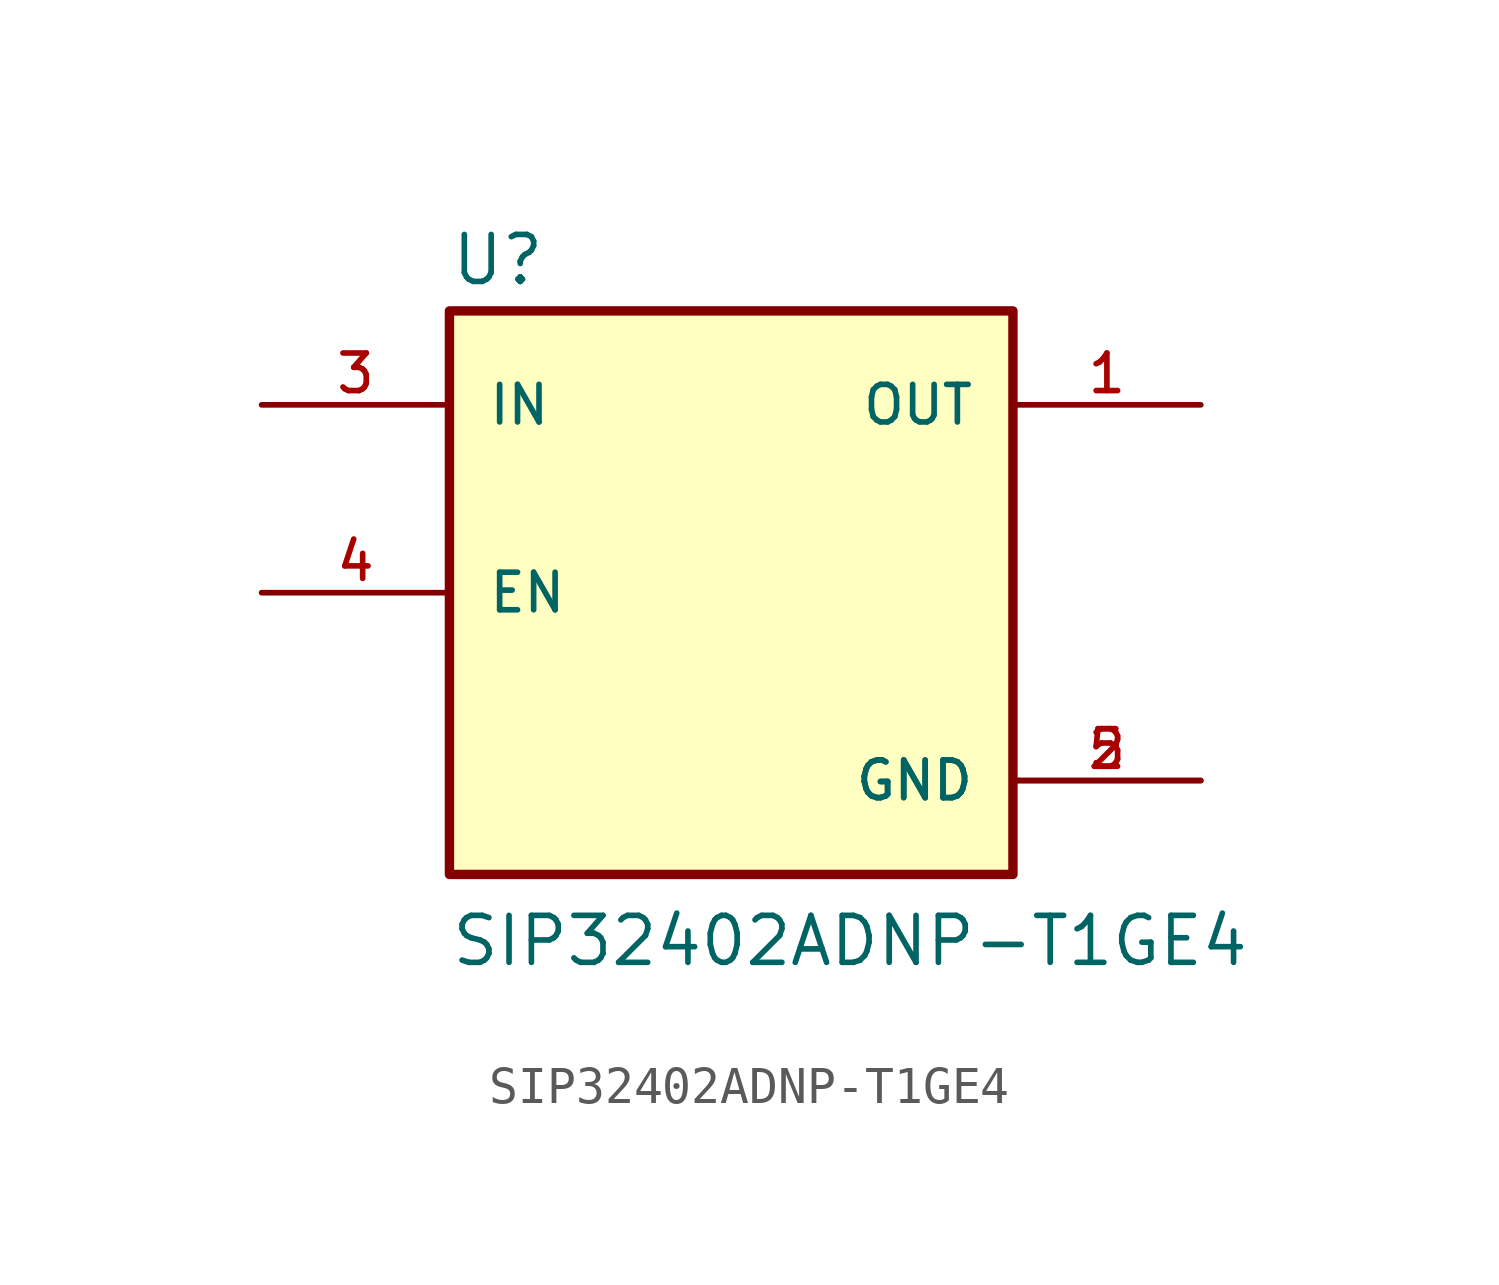
<source format=kicad_sym>
(kicad_symbol_lib
  (version 20211014)
  (generator kicad_symbol_editor)
  (symbol "SIP32402ADNP-T1GE4"
    (pin_names
      (offset 1.016))
    (property "Reference" "U"
      (at -7.62 8.255 0)
      (effects (font (size 1.27 1.27)) (justify bottom left)))
    (property "Value" "SIP32402ADNP-T1GE4"
      (at -7.62 -10.16 0)
      (effects (font (size 1.27 1.27)) (justify bottom left)))
    (symbol "SIP32402ADNP-T1GE4_0_0"
      (rectangle (start -7.62 -7.62) (end 7.62 7.62) (stroke (width 0.254)) (fill (type background)))
      (pin input line (at -12.7 5.08 0) (length 5.08) (name "IN" (effects (font (size 1.016 1.016)))) (number "3" (effects (font (size 1.016 1.016)))))
      (pin input line (at -12.7 0.0 0) (length 5.08) (name "EN" (effects (font (size 1.016 1.016)))) (number "4" (effects (font (size 1.016 1.016)))))
      (pin power_in line (at 12.7 -5.08 180.0) (length 5.08) (name "GND" (effects (font (size 1.016 1.016)))) (number "2" (effects (font (size 1.016 1.016)))))
      (pin power_in line (at 12.7 -5.08 180.0) (length 5.08) (name "GND" (effects (font (size 1.016 1.016)))) (number "5" (effects (font (size 1.016 1.016)))))
      (pin output line (at 12.7 5.08 180.0) (length 5.08) (name "OUT" (effects (font (size 1.016 1.016)))) (number "1" (effects (font (size 1.016 1.016))))))))
</source>
